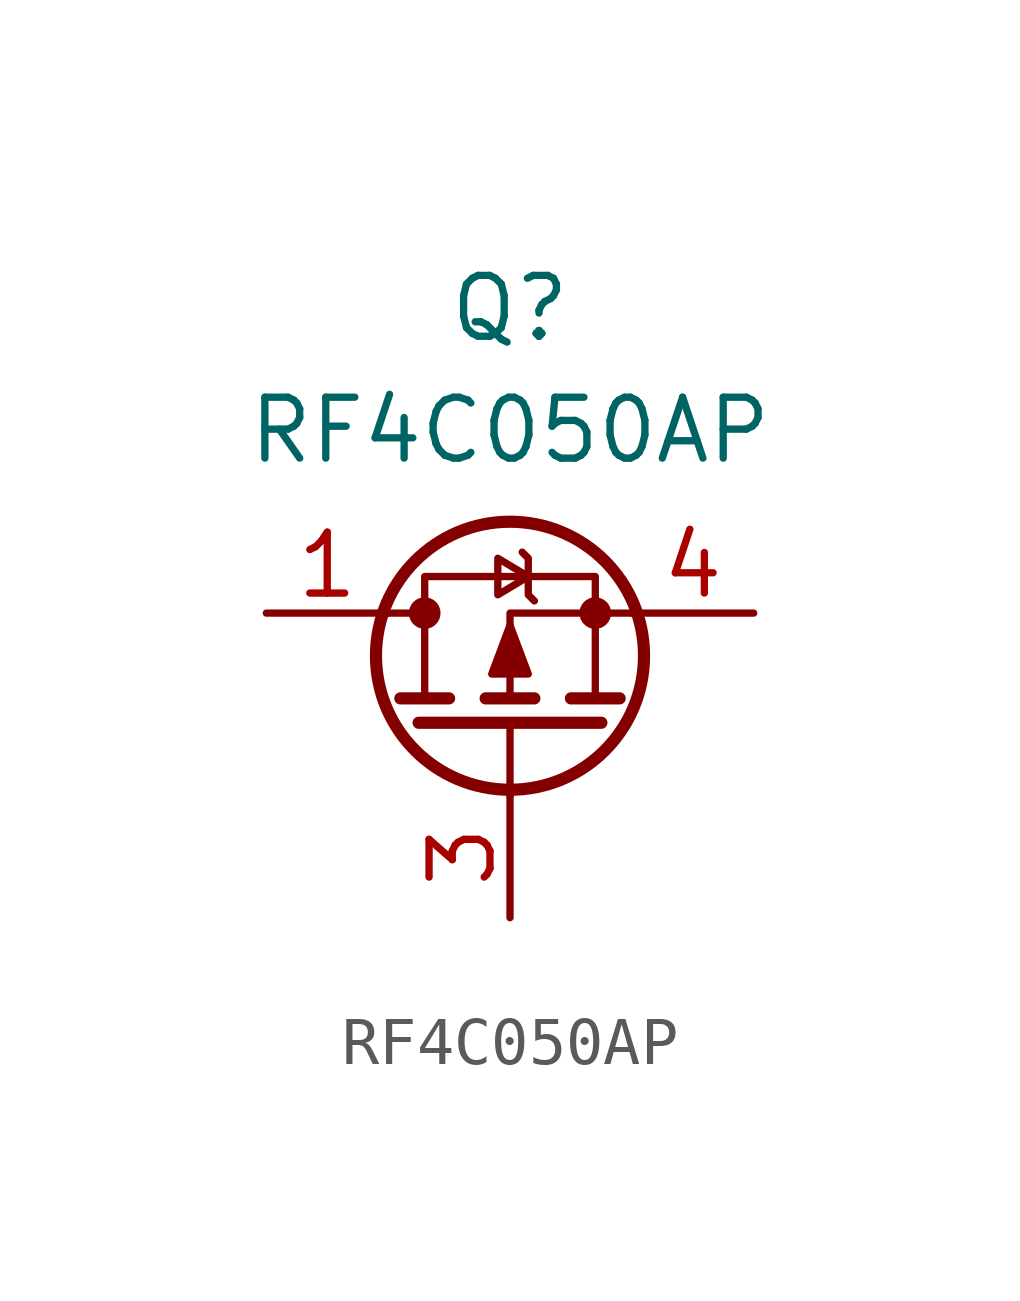
<source format=kicad_sym>
(kicad_symbol_lib
  (version 20241209)
  (generator "kicad_symbol_editor")
  (generator_version "9.0")
  (symbol "RF4C050AP"
    (property "Reference" "Q"
      (at 0 7.62 0)
      (effects (font (size 1.27 1.27))))
    (property "Value" "RF4C050AP"
      (at 0 5.08 0)
      (effects (font (size 1.27 1.27))))
    (symbol "RF4C050AP_0_1"
      (polyline (pts (xy -2.54 1.27) (xy -1.778 1.27)) (stroke (width 0) (type default)) (fill (type none)))
      (polyline (pts (xy -2.286 -0.508) (xy -1.27 -0.508)) (stroke (width 0.254) (type default)) (fill (type none)))
      (polyline (pts (xy -1.905 -1.016) (xy 1.905 -1.016)) (stroke (width 0.254) (type default)) (fill (type none)))
      (circle (center -1.778 1.27) (radius 0.254) (stroke (width 0) (type default)) (fill (type outline)))
      (polyline (pts (xy -1.778 -0.508) (xy -1.778 2.032) (xy 1.778 2.032) (xy 1.778 -0.508)) (stroke (width 0) (type default)) (fill (type none)))
      (polyline (pts (xy -0.508 -0.508) (xy 0.508 -0.508)) (stroke (width 0.254) (type default)) (fill (type none)))
      (polyline (pts (xy 0 1.016) (xy -0.381 0) (xy 0.381 0) (xy 0 1.016)) (stroke (width 0) (type default)) (fill (type outline)))
      (circle (center 0 0.381) (radius 2.794) (stroke (width 0.254) (type default)) (fill (type none)))
      (polyline (pts (xy 0 -2.54) (xy 0 -1.016)) (stroke (width 0) (type default)) (fill (type none)))
      (polyline (pts (xy 0.381 2.032) (xy -0.254 1.651) (xy -0.254 2.413) (xy 0.381 2.032)) (stroke (width 0) (type default)) (fill (type none)))
      (polyline (pts (xy 0.508 1.524) (xy 0.381 1.651) (xy 0.381 2.413) (xy 0.254 2.54)) (stroke (width 0) (type default)) (fill (type none)))
      (polyline (pts (xy 1.27 -0.508) (xy 2.286 -0.508)) (stroke (width 0.254) (type default)) (fill (type none)))
      (circle (center 1.778 1.27) (radius 0.254) (stroke (width 0) (type default)) (fill (type outline)))
      (polyline (pts (xy 2.54 1.27) (xy 0 1.27) (xy 0 -0.508)) (stroke (width 0) (type default)) (fill (type none))))
    (symbol "RF4C050AP_1_1"
      (pin power_out line (at -5.08 1.27 0) (length 2.54) (name "" (effects (font (size 1.27 1.27)))) (number "1" (effects (font (size 1.27 1.27)))))
      (pin passive line (at -5.08 1.27 0) (length 2.54) (hide yes) (name "" (effects (font (size 1.27 1.27)))) (number "2" (effects (font (size 1.27 1.27)))))
      (pin passive line (at -5.08 1.27 0) (length 2.54) (hide yes) (name "" (effects (font (size 1.27 1.27)))) (number "5" (effects (font (size 1.27 1.27)))))
      (pin passive line (at -5.08 1.27 0) (length 2.54) (hide yes) (name "" (effects (font (size 1.27 1.27)))) (number "6" (effects (font (size 1.27 1.27)))))
      (pin passive line (at -5.08 1.27 0) (length 2.54) (hide yes) (name "" (effects (font (size 1.27 1.27)))) (number "7" (effects (font (size 1.27 1.27)))))
      (pin input line (at 0 -5.08 90) (length 2.54) (name "" (effects (font (size 1.27 1.27)))) (number "3" (effects (font (size 1.27 1.27)))))
      (pin power_in line (at 5.08 1.27 180) (length 2.54) (name "" (effects (font (size 1.27 1.27)))) (number "4" (effects (font (size 1.27 1.27)))))
      (pin passive line (at 5.08 1.27 180) (length 2.54) (hide yes) (name "" (effects (font (size 1.27 1.27)))) (number "8" (effects (font (size 1.27 1.27))))))))
</source>
